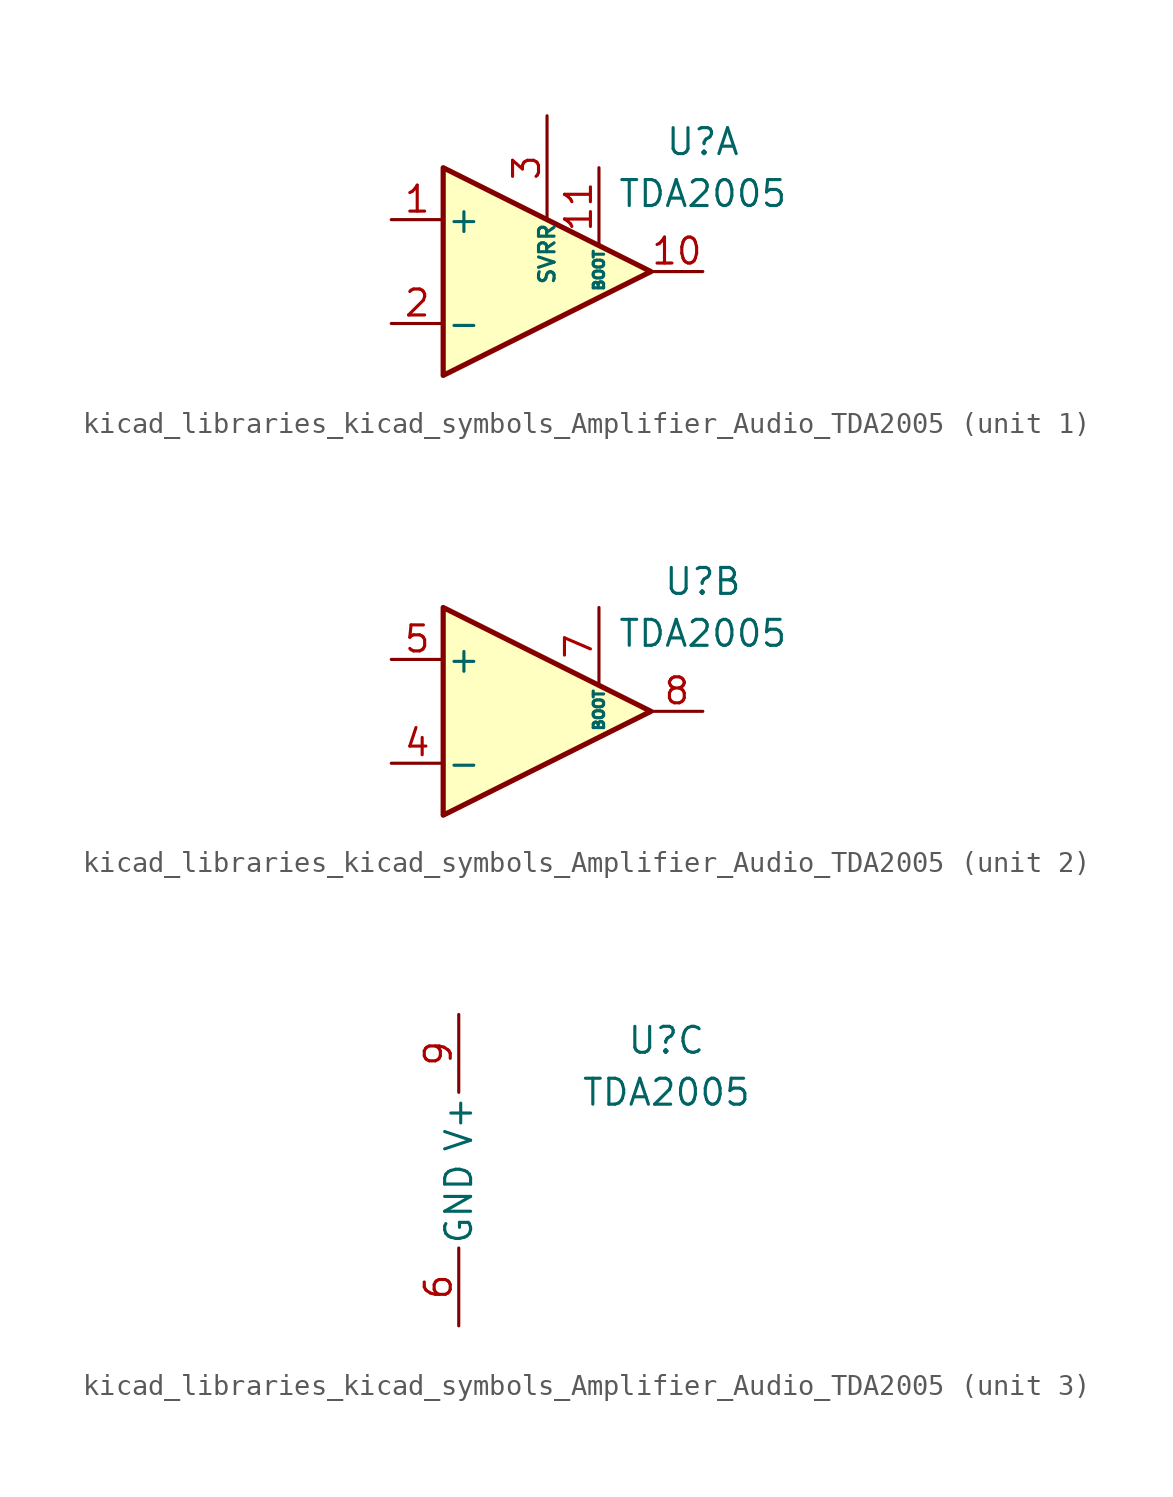
<source format=kicad_sym>
(kicad_symbol_lib
  (version 20220914)
  (generator kicad_symbol_editor)
  (symbol "kicad_libraries_kicad_symbols_Amplifier_Audio_TDA2005"
    (pin_names
      (offset 0.127))
    (property "Reference" "U"
      (at 7.62 6.35 0)
      (effects (font (size 1.27 1.27))))
    (property "Value" "TDA2005"
      (at 7.62 3.81 0)
      (effects (font (size 1.27 1.27))))
    (property "ki_locked" ""
      (at 0 0 0)
      (effects (font (size 1.27 1.27))))
    (symbol "kicad_libraries_kicad_symbols_Amplifier_Audio_TDA2005_1_1"
      (polyline (pts (xy -5.08 5.08) (xy 5.08 0) (xy -5.08 -5.08) (xy -5.08 5.08)) (stroke (width 0.254) (type default)) (fill (type background)))
      (pin input line (at -7.62 2.54 0) (length 2.54) (name "+" (effects (font (size 1.27 1.27)))) (number "1" (effects (font (size 1.27 1.27)))))
      (pin output line (at 7.62 0 180) (length 2.54) (name "~" (effects (font (size 1.27 1.27)))) (number "10" (effects (font (size 1.27 1.27)))))
      (pin passive line (at 2.54 5.08 270) (length 3.81) (name "BOOT" (effects (font (size 0.508 0.508)))) (number "11" (effects (font (size 1.27 1.27)))))
      (pin input line (at -7.62 -2.54 0) (length 2.54) (name "-" (effects (font (size 1.27 1.27)))) (number "2" (effects (font (size 1.27 1.27)))))
      (pin passive line (at 0 7.62 270) (length 5.08) (name "SVRR" (effects (font (size 0.762 0.762)))) (number "3" (effects (font (size 1.27 1.27))))))
    (symbol "kicad_libraries_kicad_symbols_Amplifier_Audio_TDA2005_2_1"
      (polyline (pts (xy -5.08 5.08) (xy 5.08 0) (xy -5.08 -5.08) (xy -5.08 5.08)) (stroke (width 0.254) (type default)) (fill (type background)))
      (pin input line (at -7.62 -2.54 0) (length 2.54) (name "-" (effects (font (size 1.27 1.27)))) (number "4" (effects (font (size 1.27 1.27)))))
      (pin input line (at -7.62 2.54 0) (length 2.54) (name "+" (effects (font (size 1.27 1.27)))) (number "5" (effects (font (size 1.27 1.27)))))
      (pin passive line (at 2.54 5.08 270) (length 3.81) (name "BOOT" (effects (font (size 0.508 0.508)))) (number "7" (effects (font (size 1.27 1.27)))))
      (pin output line (at 7.62 0 180) (length 2.54) (name "~" (effects (font (size 1.27 1.27)))) (number "8" (effects (font (size 1.27 1.27))))))
    (symbol "kicad_libraries_kicad_symbols_Amplifier_Audio_TDA2005_3_1"
      (pin power_in line (at -2.54 -7.62 90) (length 3.81) (name "GND" (effects (font (size 1.27 1.27)))) (number "6" (effects (font (size 1.27 1.27)))))
      (pin power_in line (at -2.54 7.62 270) (length 3.81) (name "V+" (effects (font (size 1.27 1.27)))) (number "9" (effects (font (size 1.27 1.27))))))))
</source>
